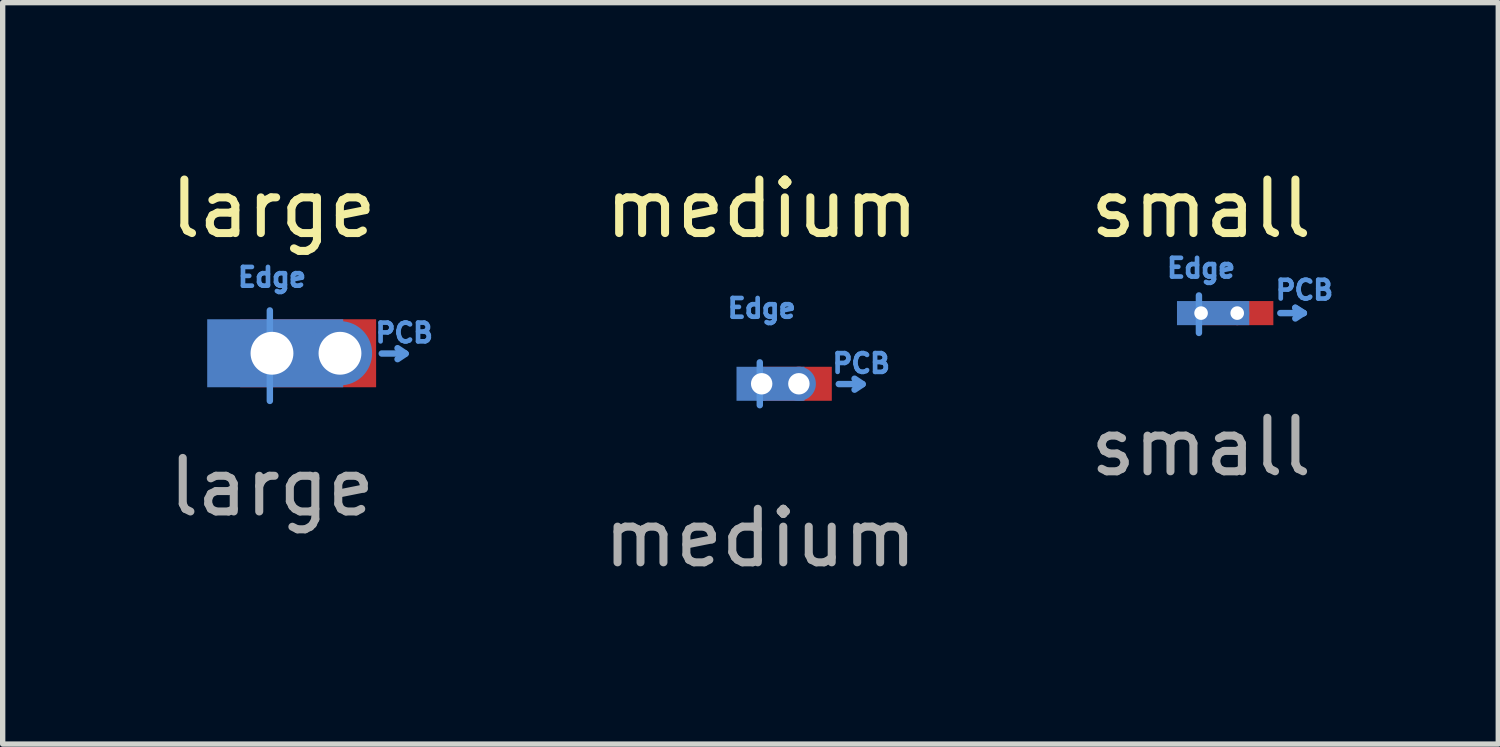
<source format=kicad_pcb>
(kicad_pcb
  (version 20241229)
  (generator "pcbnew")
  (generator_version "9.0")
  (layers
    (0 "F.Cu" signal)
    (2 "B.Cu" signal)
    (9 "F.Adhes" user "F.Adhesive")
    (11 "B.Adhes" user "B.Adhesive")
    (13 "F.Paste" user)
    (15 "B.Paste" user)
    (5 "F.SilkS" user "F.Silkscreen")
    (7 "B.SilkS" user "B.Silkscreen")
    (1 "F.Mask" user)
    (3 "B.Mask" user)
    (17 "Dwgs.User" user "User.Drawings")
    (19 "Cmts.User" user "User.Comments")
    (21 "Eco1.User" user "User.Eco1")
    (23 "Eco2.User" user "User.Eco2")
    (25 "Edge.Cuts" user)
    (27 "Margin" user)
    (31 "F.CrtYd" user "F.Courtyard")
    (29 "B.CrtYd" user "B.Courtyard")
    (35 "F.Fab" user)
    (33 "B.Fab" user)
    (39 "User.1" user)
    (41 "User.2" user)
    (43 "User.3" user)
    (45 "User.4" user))
  (footprint "large"
    (layer "F.Cu")
    (at 2.03 3.548)
    (property "Reference" "large" (at 0.03 -2.7 0) (unlocked yes) (layer "F.SilkS") (effects (font (size 1 1) (thickness 0.15))))
    (attr smd)
    (fp_line (start -0.04 0.89) (end -0.04 -0.8) (stroke (width 0.12) (type solid)) (layer "Cmts.User"))
    (fp_line (start 2.05 0.005) (end 2.49 0.005) (stroke (width 0.12) (type solid)) (layer "Cmts.User"))
    (fp_line (start 2.345 -0.095) (end 2.495 0.005) (stroke (width 0.12) (type solid)) (layer "Cmts.User"))
    (fp_line (start 2.495 0.01) (end 2.345 0.11) (stroke (width 0.12) (type solid)) (layer "Cmts.User"))
    (fp_text user "PCB" (at 2.47 -0.38 0) (unlocked yes) (layer "Cmts.User") (effects (font (size 0.35 0.35) (thickness 0.087))))
    (fp_text user "Edge" (at 0 -1.42 0) (unlocked yes) (layer "Cmts.User") (effects (font (size 0.35 0.35) (thickness 0.087))))
    (fp_text user "${REFERENCE}" (at 0 2.5 0) (unlocked yes) (layer "F.Fab") (effects (font (size 1 1) (thickness 0.15))))
    (pad "1" thru_hole circle (at 0 0) (size 1.2 1.2) (drill 0.8) (layers "*.Cu" "*.Mask"))
    (pad "1" smd rect (at 0.06 0) (size 2.54 1.27) (layers "B.Cu" "B.Mask"))
    (pad "1" smd rect (at 0.675 0) (size 2.54 1.27) (layers "F.Cu" "F.Mask"))
    (pad "1" thru_hole circle (at 1.27 0) (size 1.2 1.2) (drill 0.8) (layers "*.Cu" "*.Mask")))
  (footprint "small"
    (layer "F.Cu")
    (at 19.383 2.798)
    (property "Reference" "small" (at 0 -1.95 0) (unlocked yes) (layer "F.SilkS") (effects (font (size 1 1) (thickness 0.15))))
    (attr smd)
    (fp_line (start -0.04 0.37) (end -0.04 -0.33) (stroke (width 0.12) (type solid)) (layer "Cmts.User"))
    (fp_line (start 1.48 0) (end 1.92 0) (stroke (width 0.12) (type solid)) (layer "Cmts.User"))
    (fp_line (start 1.76 -0.1) (end 1.91 0) (stroke (width 0.12) (type solid)) (layer "Cmts.User"))
    (fp_line (start 1.91 0) (end 1.76 0.1) (stroke (width 0.12) (type solid)) (layer "Cmts.User"))
    (fp_line (start 1.92 0) (end 1.76 -0.1) (stroke (width 0.12) (type solid)) (layer "Cmts.User"))
    (fp_text user "PCB" (at 1.93 -0.43 0) (unlocked yes) (layer "Cmts.User") (effects (font (size 0.35 0.35) (thickness 0.087))))
    (fp_text user "Edge" (at 0 -0.84 0) (unlocked yes) (layer "Cmts.User") (effects (font (size 0.35 0.35) (thickness 0.087))))
    (fp_text user "${REFERENCE}" (at 0 2.5 0) (unlocked yes) (layer "F.Fab") (effects (font (size 1 1) (thickness 0.15))))
    (pad "1" thru_hole circle (at 0 0) (size 0.45 0.45) (drill 0.254) (layers "*.Cu" "*.Mask"))
    (pad "1" smd rect (at 0.225 0) (size 1.35 0.45) (layers "B.Cu" "B.Mask"))
    (pad "1" thru_hole circle (at 0.675 0) (size 0.45 0.45) (drill 0.254) (layers "*.Cu" "*.Mask"))
    (pad "1" smd rect (at 0.675 0) (size 1.35 0.45) (layers "F.Cu" "F.Mask")))
  (footprint "medium"
    (layer "F.Cu")
    (at 11.181 4.118)
    (property "Reference" "medium" (at 0 -3.27 0) (unlocked yes) (layer "F.SilkS") (effects (font (size 1 1) (thickness 0.15))))
    (attr smd)
    (fp_line (start -0.04 0.4) (end -0.04 -0.4) (stroke (width 0.12) (type solid)) (layer "Cmts.User"))
    (fp_line (start 1.435 0.005) (end 1.875 0.005) (stroke (width 0.12) (type solid)) (layer "Cmts.User"))
    (fp_line (start 1.73 -0.095) (end 1.88 0.005) (stroke (width 0.12) (type solid)) (layer "Cmts.User"))
    (fp_line (start 1.88 0.01) (end 1.73 0.11) (stroke (width 0.12) (type solid)) (layer "Cmts.User"))
    (fp_text user "Edge" (at -0.005 -1.41 0) (unlocked yes) (layer "Cmts.User") (effects (font (size 0.35 0.35) (thickness 0.087))))
    (fp_text user "PCB" (at 1.855 -0.38 0) (unlocked yes) (layer "Cmts.User") (effects (font (size 0.35 0.35) (thickness 0.087))))
    (fp_text user "${REFERENCE}" (at -0.03 2.88 0) (unlocked yes) (layer "F.Fab") (effects (font (size 1 1) (thickness 0.15))))
    (pad "1" thru_hole circle (at -0.005 0) (size 0.635 0.635) (drill 0.4) (layers "*.Cu" "*.Mask"))
    (pad "1" smd rect (at 0.16 0) (size 1.27 0.635) (layers "B.Cu" "B.Mask"))
    (pad "1" smd rect (at 0.67 0) (size 1.27 0.635) (layers "F.Cu" "F.Mask"))
    (pad "1" thru_hole circle (at 0.69 0) (size 0.635 0.635) (drill 0.4) (layers "*.Cu" "*.Mask")))
  (gr_rect
    (start -3 -3)
    (end 24.934 10.847)
    (stroke (width 0.1) (type default))
    (fill no)
    (layer "Edge.Cuts")))
</source>
